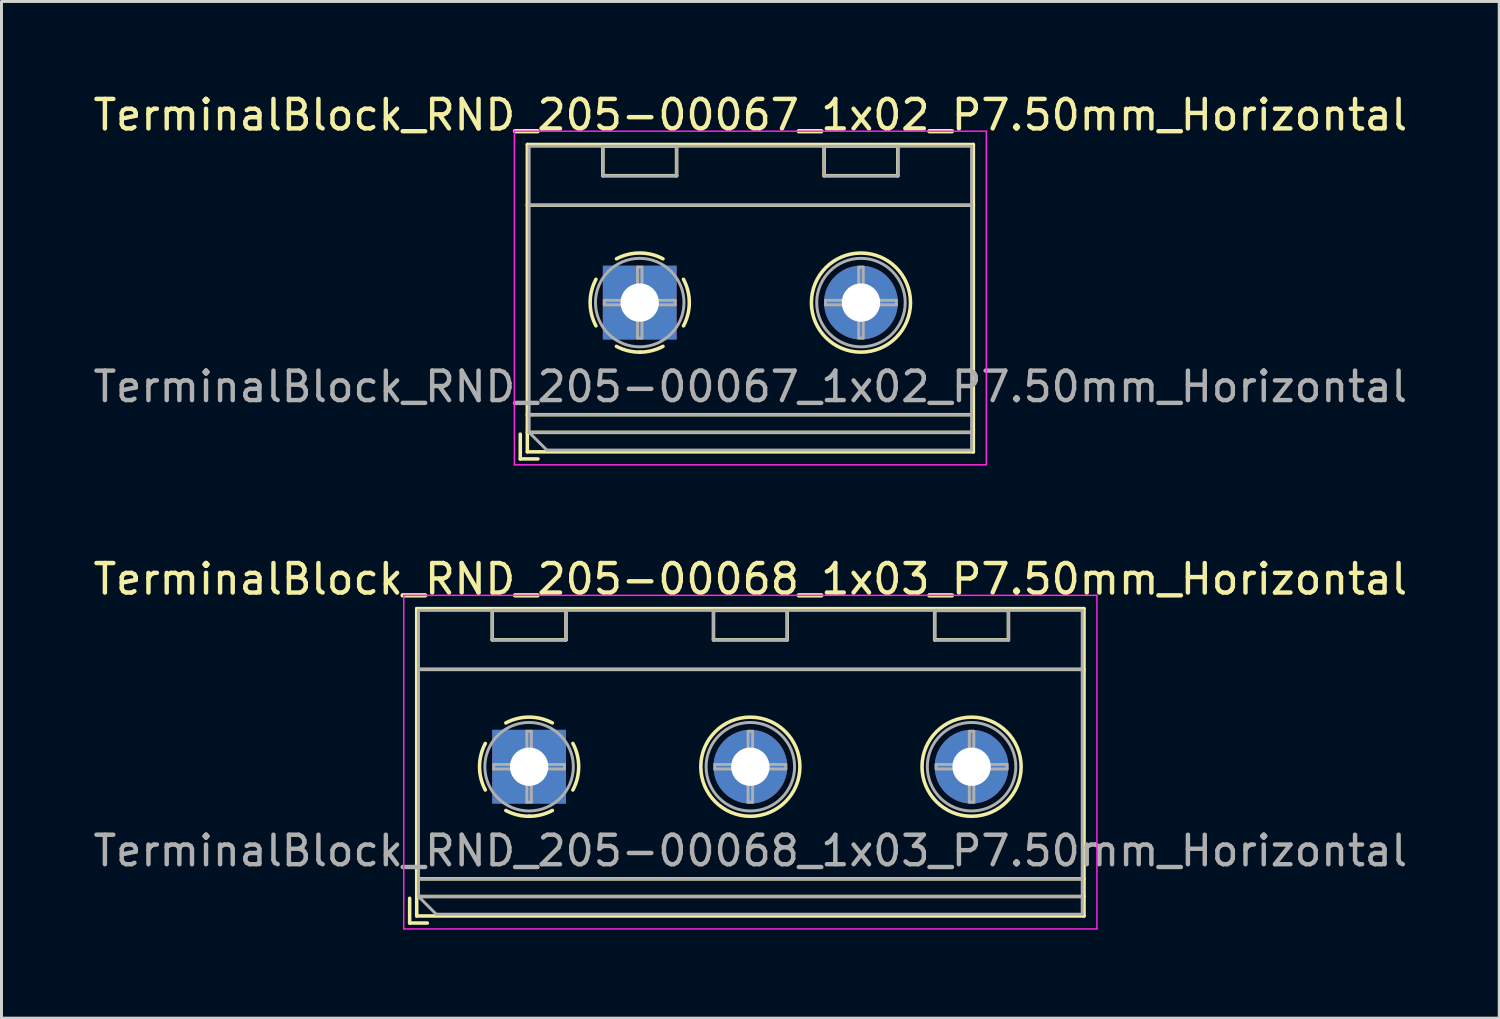
<source format=kicad_pcb>
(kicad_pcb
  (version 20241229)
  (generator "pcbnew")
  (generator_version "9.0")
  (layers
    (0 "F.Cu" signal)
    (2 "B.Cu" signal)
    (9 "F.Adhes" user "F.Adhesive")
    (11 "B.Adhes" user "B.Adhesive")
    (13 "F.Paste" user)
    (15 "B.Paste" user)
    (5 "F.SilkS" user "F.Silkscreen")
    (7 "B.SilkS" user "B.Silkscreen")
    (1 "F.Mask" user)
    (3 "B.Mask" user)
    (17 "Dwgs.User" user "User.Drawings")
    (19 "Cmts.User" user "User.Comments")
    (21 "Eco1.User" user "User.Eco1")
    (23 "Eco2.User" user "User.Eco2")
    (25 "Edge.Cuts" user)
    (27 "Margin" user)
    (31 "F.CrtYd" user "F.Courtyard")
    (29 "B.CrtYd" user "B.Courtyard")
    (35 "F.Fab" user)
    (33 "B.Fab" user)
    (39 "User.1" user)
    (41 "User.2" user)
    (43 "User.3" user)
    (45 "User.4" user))
  (footprint "TerminalBlock_RND_205-00067_1x02_P7.50mm_Horizontal"
    (layer "F.Cu")
    (at 18.637 7.208)
    (property "Reference" "TerminalBlock_RND_205-00067_1x02_P7.50mm_Horizontal" (at 3.75 -6.36 0) (layer "F.SilkS") (effects (font (size 1 1) (thickness 0.15))))
    (attr through_hole)
    (fp_line (start -4.05 4.46) (end -4.05 5.3) (stroke (width 0.12) (type solid)) (layer "F.SilkS"))
    (fp_line (start -4.05 5.3) (end -3.45 5.3) (stroke (width 0.12) (type solid)) (layer "F.SilkS"))
    (fp_line (start -3.81 -5.36) (end -3.81 5.06) (stroke (width 0.12) (type solid)) (layer "F.SilkS"))
    (fp_line (start -3.81 -5.36) (end 11.31 -5.36) (stroke (width 0.12) (type solid)) (layer "F.SilkS"))
    (fp_line (start -3.81 -3.301) (end 11.31 -3.301) (stroke (width 0.12) (type solid)) (layer "F.SilkS"))
    (fp_line (start -3.81 3.8) (end 11.31 3.8) (stroke (width 0.12) (type solid)) (layer "F.SilkS"))
    (fp_line (start -3.81 4.4) (end 11.31 4.4) (stroke (width 0.12) (type solid)) (layer "F.SilkS"))
    (fp_line (start -3.81 5.06) (end 11.31 5.06) (stroke (width 0.12) (type solid)) (layer "F.SilkS"))
    (fp_line (start -1.25 -5.301) (end -1.25 -4.301) (stroke (width 0.12) (type solid)) (layer "F.SilkS"))
    (fp_line (start -1.25 -5.301) (end 1.25 -5.301) (stroke (width 0.12) (type solid)) (layer "F.SilkS"))
    (fp_line (start -1.25 -4.301) (end 1.25 -4.301) (stroke (width 0.12) (type solid)) (layer "F.SilkS"))
    (fp_line (start 1.25 -5.301) (end 1.25 -4.301) (stroke (width 0.12) (type solid)) (layer "F.SilkS"))
    (fp_line (start 6.25 -5.301) (end 6.25 -4.301) (stroke (width 0.12) (type solid)) (layer "F.SilkS"))
    (fp_line (start 6.25 -5.301) (end 8.75 -5.301) (stroke (width 0.12) (type solid)) (layer "F.SilkS"))
    (fp_line (start 6.25 -4.301) (end 8.75 -4.301) (stroke (width 0.12) (type solid)) (layer "F.SilkS"))
    (fp_line (start 8.75 -5.301) (end 8.75 -4.301) (stroke (width 0.12) (type solid)) (layer "F.SilkS"))
    (fp_line (start 11.31 -5.36) (end 11.31 5.06) (stroke (width 0.12) (type solid)) (layer "F.SilkS"))
    (fp_arc (start -1.483953 0.789089) (mid -1.680708 0.00005) (end -1.484 -0.789) (stroke (width 0.12) (type solid)) (layer "F.SilkS"))
    (fp_arc (start -0.789089 -1.483953) (mid -0.00005 -1.680708) (end 0.789 -1.484) (stroke (width 0.12) (type solid)) (layer "F.SilkS"))
    (fp_arc (start 0.029383 1.68045) (mid -0.392304 1.634281) (end -0.789 1.484) (stroke (width 0.12) (type solid)) (layer "F.SilkS"))
    (fp_arc (start 0.788712 1.483352) (mid 0.406429 1.630097) (end 0 1.68) (stroke (width 0.12) (type solid)) (layer "F.SilkS"))
    (fp_arc (start 1.483953 -0.789089) (mid 1.680708 -0.00005) (end 1.484 0.789) (stroke (width 0.12) (type solid)) (layer "F.SilkS"))
    (fp_circle (center 7.5 0) (end 9.18 0) (stroke (width 0.12) (type solid)) (fill no) (layer "F.SilkS"))
    (fp_line (start -4.25 -5.81) (end -4.25 5.5) (stroke (width 0.05) (type solid)) (layer "F.CrtYd"))
    (fp_line (start -4.25 5.5) (end 11.75 5.5) (stroke (width 0.05) (type solid)) (layer "F.CrtYd"))
    (fp_line (start 11.75 -5.81) (end -4.25 -5.81) (stroke (width 0.05) (type solid)) (layer "F.CrtYd"))
    (fp_line (start 11.75 5.5) (end 11.75 -5.81) (stroke (width 0.05) (type solid)) (layer "F.CrtYd"))
    (fp_line (start -3.75 -5.3) (end 11.25 -5.3) (stroke (width 0.1) (type solid)) (layer "F.Fab"))
    (fp_line (start -3.75 -3.3) (end 11.25 -3.3) (stroke (width 0.1) (type solid)) (layer "F.Fab"))
    (fp_line (start -3.75 3.8) (end 11.25 3.8) (stroke (width 0.1) (type solid)) (layer "F.Fab"))
    (fp_line (start -3.75 4.4) (end -3.75 -5.3) (stroke (width 0.1) (type solid)) (layer "F.Fab"))
    (fp_line (start -3.75 4.4) (end 11.25 4.4) (stroke (width 0.1) (type solid)) (layer "F.Fab"))
    (fp_line (start -3.15 5) (end -3.75 4.4) (stroke (width 0.1) (type solid)) (layer "F.Fab"))
    (fp_line (start -1.25 -5.3) (end -1.25 -4.3) (stroke (width 0.1) (type solid)) (layer "F.Fab"))
    (fp_line (start -1.25 -4.3) (end 1.25 -4.3) (stroke (width 0.1) (type solid)) (layer "F.Fab"))
    (fp_line (start -1.201 -0.076) (end -0.076 -0.076) (stroke (width 0.1) (type solid)) (layer "F.Fab"))
    (fp_line (start -1.201 0.076) (end -1.201 -0.076) (stroke (width 0.1) (type solid)) (layer "F.Fab"))
    (fp_line (start -0.076 -1.201) (end 0.076 -1.201) (stroke (width 0.1) (type solid)) (layer "F.Fab"))
    (fp_line (start -0.076 -0.076) (end -0.076 -1.201) (stroke (width 0.1) (type solid)) (layer "F.Fab"))
    (fp_line (start -0.076 0.076) (end -1.201 0.076) (stroke (width 0.1) (type solid)) (layer "F.Fab"))
    (fp_line (start -0.076 1.201) (end -0.076 0.076) (stroke (width 0.1) (type solid)) (layer "F.Fab"))
    (fp_line (start 0.076 -1.201) (end 0.076 -0.076) (stroke (width 0.1) (type solid)) (layer "F.Fab"))
    (fp_line (start 0.076 -0.076) (end 1.201 -0.076) (stroke (width 0.1) (type solid)) (layer "F.Fab"))
    (fp_line (start 0.076 0.076) (end 0.076 1.201) (stroke (width 0.1) (type solid)) (layer "F.Fab"))
    (fp_line (start 0.076 1.201) (end -0.076 1.201) (stroke (width 0.1) (type solid)) (layer "F.Fab"))
    (fp_line (start 1.201 -0.076) (end 1.201 0.076) (stroke (width 0.1) (type solid)) (layer "F.Fab"))
    (fp_line (start 1.201 0.076) (end 0.076 0.076) (stroke (width 0.1) (type solid)) (layer "F.Fab"))
    (fp_line (start 1.25 -5.3) (end -1.25 -5.3) (stroke (width 0.1) (type solid)) (layer "F.Fab"))
    (fp_line (start 1.25 -4.3) (end 1.25 -5.3) (stroke (width 0.1) (type solid)) (layer "F.Fab"))
    (fp_line (start 6.25 -5.3) (end 6.25 -4.3) (stroke (width 0.1) (type solid)) (layer "F.Fab"))
    (fp_line (start 6.25 -4.3) (end 8.75 -4.3) (stroke (width 0.1) (type solid)) (layer "F.Fab"))
    (fp_line (start 6.299 -0.076) (end 7.424 -0.076) (stroke (width 0.1) (type solid)) (layer "F.Fab"))
    (fp_line (start 6.299 0.076) (end 6.299 -0.076) (stroke (width 0.1) (type solid)) (layer "F.Fab"))
    (fp_line (start 7.424 -1.201) (end 7.576 -1.201) (stroke (width 0.1) (type solid)) (layer "F.Fab"))
    (fp_line (start 7.424 -0.076) (end 7.424 -1.201) (stroke (width 0.1) (type solid)) (layer "F.Fab"))
    (fp_line (start 7.424 0.076) (end 6.299 0.076) (stroke (width 0.1) (type solid)) (layer "F.Fab"))
    (fp_line (start 7.424 1.201) (end 7.424 0.076) (stroke (width 0.1) (type solid)) (layer "F.Fab"))
    (fp_line (start 7.576 -1.201) (end 7.576 -0.076) (stroke (width 0.1) (type solid)) (layer "F.Fab"))
    (fp_line (start 7.576 -0.076) (end 8.701 -0.076) (stroke (width 0.1) (type solid)) (layer "F.Fab"))
    (fp_line (start 7.576 0.076) (end 7.576 1.201) (stroke (width 0.1) (type solid)) (layer "F.Fab"))
    (fp_line (start 7.576 1.201) (end 7.424 1.201) (stroke (width 0.1) (type solid)) (layer "F.Fab"))
    (fp_line (start 8.701 -0.076) (end 8.701 0.076) (stroke (width 0.1) (type solid)) (layer "F.Fab"))
    (fp_line (start 8.701 0.076) (end 7.576 0.076) (stroke (width 0.1) (type solid)) (layer "F.Fab"))
    (fp_line (start 8.75 -5.3) (end 6.25 -5.3) (stroke (width 0.1) (type solid)) (layer "F.Fab"))
    (fp_line (start 8.75 -4.3) (end 8.75 -5.3) (stroke (width 0.1) (type solid)) (layer "F.Fab"))
    (fp_line (start 11.25 -5.3) (end 11.25 5) (stroke (width 0.1) (type solid)) (layer "F.Fab"))
    (fp_line (start 11.25 5) (end -3.15 5) (stroke (width 0.1) (type solid)) (layer "F.Fab"))
    (fp_circle (center 0 0) (end 1.5 0) (stroke (width 0.1) (type solid)) (fill no) (layer "F.Fab"))
    (fp_circle (center 7.5 0) (end 9 0) (stroke (width 0.1) (type solid)) (fill no) (layer "F.Fab"))
    (fp_text user "${REFERENCE}" (at 3.75 2.85 0) (layer "F.Fab") (effects (font (size 1 1) (thickness 0.15))))
    (pad "1" thru_hole rect (at 0 0) (size 2.5 2.5) (drill 1.3) (layers "*.Cu" "*.Mask"))
    (pad "2" thru_hole circle (at 7.5 0) (size 2.5 2.5) (drill 1.3) (layers "*.Cu" "*.Mask")))
  (footprint "TerminalBlock_RND_205-00068_1x03_P7.50mm_Horizontal"
    (layer "F.Cu")
    (at 14.887 22.942)
    (property "Reference" "TerminalBlock_RND_205-00068_1x03_P7.50mm_Horizontal" (at 7.5 -6.36 0) (layer "F.SilkS") (effects (font (size 1 1) (thickness 0.15))))
    (attr through_hole)
    (fp_line (start -4.05 4.46) (end -4.05 5.3) (stroke (width 0.12) (type solid)) (layer "F.SilkS"))
    (fp_line (start -4.05 5.3) (end -3.45 5.3) (stroke (width 0.12) (type solid)) (layer "F.SilkS"))
    (fp_line (start -3.81 -5.36) (end -3.81 5.06) (stroke (width 0.12) (type solid)) (layer "F.SilkS"))
    (fp_line (start -3.81 -5.36) (end 18.811 -5.36) (stroke (width 0.12) (type solid)) (layer "F.SilkS"))
    (fp_line (start -3.81 -3.301) (end 18.811 -3.301) (stroke (width 0.12) (type solid)) (layer "F.SilkS"))
    (fp_line (start -3.81 3.8) (end 18.811 3.8) (stroke (width 0.12) (type solid)) (layer "F.SilkS"))
    (fp_line (start -3.81 4.4) (end 18.811 4.4) (stroke (width 0.12) (type solid)) (layer "F.SilkS"))
    (fp_line (start -3.81 5.06) (end 18.811 5.06) (stroke (width 0.12) (type solid)) (layer "F.SilkS"))
    (fp_line (start -1.25 -5.301) (end -1.25 -4.301) (stroke (width 0.12) (type solid)) (layer "F.SilkS"))
    (fp_line (start -1.25 -5.301) (end 1.25 -5.301) (stroke (width 0.12) (type solid)) (layer "F.SilkS"))
    (fp_line (start -1.25 -4.301) (end 1.25 -4.301) (stroke (width 0.12) (type solid)) (layer "F.SilkS"))
    (fp_line (start 1.25 -5.301) (end 1.25 -4.301) (stroke (width 0.12) (type solid)) (layer "F.SilkS"))
    (fp_line (start 6.25 -5.301) (end 6.25 -4.301) (stroke (width 0.12) (type solid)) (layer "F.SilkS"))
    (fp_line (start 6.25 -5.301) (end 8.75 -5.301) (stroke (width 0.12) (type solid)) (layer "F.SilkS"))
    (fp_line (start 6.25 -4.301) (end 8.75 -4.301) (stroke (width 0.12) (type solid)) (layer "F.SilkS"))
    (fp_line (start 8.75 -5.301) (end 8.75 -4.301) (stroke (width 0.12) (type solid)) (layer "F.SilkS"))
    (fp_line (start 13.75 -5.301) (end 13.75 -4.301) (stroke (width 0.12) (type solid)) (layer "F.SilkS"))
    (fp_line (start 13.75 -5.301) (end 16.25 -5.301) (stroke (width 0.12) (type solid)) (layer "F.SilkS"))
    (fp_line (start 13.75 -4.301) (end 16.25 -4.301) (stroke (width 0.12) (type solid)) (layer "F.SilkS"))
    (fp_line (start 16.25 -5.301) (end 16.25 -4.301) (stroke (width 0.12) (type solid)) (layer "F.SilkS"))
    (fp_line (start 18.811 -5.36) (end 18.811 5.06) (stroke (width 0.12) (type solid)) (layer "F.SilkS"))
    (fp_arc (start -1.483953 0.789089) (mid -1.680708 0.00005) (end -1.484 -0.789) (stroke (width 0.12) (type solid)) (layer "F.SilkS"))
    (fp_arc (start -0.789089 -1.483953) (mid -0.00005 -1.680708) (end 0.789 -1.484) (stroke (width 0.12) (type solid)) (layer "F.SilkS"))
    (fp_arc (start 0.029383 1.68045) (mid -0.392304 1.634281) (end -0.789 1.484) (stroke (width 0.12) (type solid)) (layer "F.SilkS"))
    (fp_arc (start 0.788712 1.483352) (mid 0.406429 1.630097) (end 0 1.68) (stroke (width 0.12) (type solid)) (layer "F.SilkS"))
    (fp_arc (start 1.483953 -0.789089) (mid 1.680708 -0.00005) (end 1.484 0.789) (stroke (width 0.12) (type solid)) (layer "F.SilkS"))
    (fp_circle (center 7.5 0) (end 9.18 0) (stroke (width 0.12) (type solid)) (fill no) (layer "F.SilkS"))
    (fp_circle (center 15 0) (end 16.68 0) (stroke (width 0.12) (type solid)) (fill no) (layer "F.SilkS"))
    (fp_line (start -4.25 -5.81) (end -4.25 5.5) (stroke (width 0.05) (type solid)) (layer "F.CrtYd"))
    (fp_line (start -4.25 5.5) (end 19.25 5.5) (stroke (width 0.05) (type solid)) (layer "F.CrtYd"))
    (fp_line (start 19.25 -5.81) (end -4.25 -5.81) (stroke (width 0.05) (type solid)) (layer "F.CrtYd"))
    (fp_line (start 19.25 5.5) (end 19.25 -5.81) (stroke (width 0.05) (type solid)) (layer "F.CrtYd"))
    (fp_line (start -3.75 -5.3) (end 18.75 -5.3) (stroke (width 0.1) (type solid)) (layer "F.Fab"))
    (fp_line (start -3.75 -3.3) (end 18.75 -3.3) (stroke (width 0.1) (type solid)) (layer "F.Fab"))
    (fp_line (start -3.75 3.8) (end 18.75 3.8) (stroke (width 0.1) (type solid)) (layer "F.Fab"))
    (fp_line (start -3.75 4.4) (end -3.75 -5.3) (stroke (width 0.1) (type solid)) (layer "F.Fab"))
    (fp_line (start -3.75 4.4) (end 18.75 4.4) (stroke (width 0.1) (type solid)) (layer "F.Fab"))
    (fp_line (start -3.15 5) (end -3.75 4.4) (stroke (width 0.1) (type solid)) (layer "F.Fab"))
    (fp_line (start -1.25 -5.3) (end -1.25 -4.3) (stroke (width 0.1) (type solid)) (layer "F.Fab"))
    (fp_line (start -1.25 -4.3) (end 1.25 -4.3) (stroke (width 0.1) (type solid)) (layer "F.Fab"))
    (fp_line (start -1.201 -0.076) (end -0.076 -0.076) (stroke (width 0.1) (type solid)) (layer "F.Fab"))
    (fp_line (start -1.201 0.076) (end -1.201 -0.076) (stroke (width 0.1) (type solid)) (layer "F.Fab"))
    (fp_line (start -0.076 -1.201) (end 0.076 -1.201) (stroke (width 0.1) (type solid)) (layer "F.Fab"))
    (fp_line (start -0.076 -0.076) (end -0.076 -1.201) (stroke (width 0.1) (type solid)) (layer "F.Fab"))
    (fp_line (start -0.076 0.076) (end -1.201 0.076) (stroke (width 0.1) (type solid)) (layer "F.Fab"))
    (fp_line (start -0.076 1.201) (end -0.076 0.076) (stroke (width 0.1) (type solid)) (layer "F.Fab"))
    (fp_line (start 0.076 -1.201) (end 0.076 -0.076) (stroke (width 0.1) (type solid)) (layer "F.Fab"))
    (fp_line (start 0.076 -0.076) (end 1.201 -0.076) (stroke (width 0.1) (type solid)) (layer "F.Fab"))
    (fp_line (start 0.076 0.076) (end 0.076 1.201) (stroke (width 0.1) (type solid)) (layer "F.Fab"))
    (fp_line (start 0.076 1.201) (end -0.076 1.201) (stroke (width 0.1) (type solid)) (layer "F.Fab"))
    (fp_line (start 1.201 -0.076) (end 1.201 0.076) (stroke (width 0.1) (type solid)) (layer "F.Fab"))
    (fp_line (start 1.201 0.076) (end 0.076 0.076) (stroke (width 0.1) (type solid)) (layer "F.Fab"))
    (fp_line (start 1.25 -5.3) (end -1.25 -5.3) (stroke (width 0.1) (type solid)) (layer "F.Fab"))
    (fp_line (start 1.25 -4.3) (end 1.25 -5.3) (stroke (width 0.1) (type solid)) (layer "F.Fab"))
    (fp_line (start 6.25 -5.3) (end 6.25 -4.3) (stroke (width 0.1) (type solid)) (layer "F.Fab"))
    (fp_line (start 6.25 -4.3) (end 8.75 -4.3) (stroke (width 0.1) (type solid)) (layer "F.Fab"))
    (fp_line (start 6.299 -0.076) (end 7.424 -0.076) (stroke (width 0.1) (type solid)) (layer "F.Fab"))
    (fp_line (start 6.299 0.076) (end 6.299 -0.076) (stroke (width 0.1) (type solid)) (layer "F.Fab"))
    (fp_line (start 7.424 -1.201) (end 7.576 -1.201) (stroke (width 0.1) (type solid)) (layer "F.Fab"))
    (fp_line (start 7.424 -0.076) (end 7.424 -1.201) (stroke (width 0.1) (type solid)) (layer "F.Fab"))
    (fp_line (start 7.424 0.076) (end 6.299 0.076) (stroke (width 0.1) (type solid)) (layer "F.Fab"))
    (fp_line (start 7.424 1.201) (end 7.424 0.076) (stroke (width 0.1) (type solid)) (layer "F.Fab"))
    (fp_line (start 7.576 -1.201) (end 7.576 -0.076) (stroke (width 0.1) (type solid)) (layer "F.Fab"))
    (fp_line (start 7.576 -0.076) (end 8.701 -0.076) (stroke (width 0.1) (type solid)) (layer "F.Fab"))
    (fp_line (start 7.576 0.076) (end 7.576 1.201) (stroke (width 0.1) (type solid)) (layer "F.Fab"))
    (fp_line (start 7.576 1.201) (end 7.424 1.201) (stroke (width 0.1) (type solid)) (layer "F.Fab"))
    (fp_line (start 8.701 -0.076) (end 8.701 0.076) (stroke (width 0.1) (type solid)) (layer "F.Fab"))
    (fp_line (start 8.701 0.076) (end 7.576 0.076) (stroke (width 0.1) (type solid)) (layer "F.Fab"))
    (fp_line (start 8.75 -5.3) (end 6.25 -5.3) (stroke (width 0.1) (type solid)) (layer "F.Fab"))
    (fp_line (start 8.75 -4.3) (end 8.75 -5.3) (stroke (width 0.1) (type solid)) (layer "F.Fab"))
    (fp_line (start 13.75 -5.3) (end 13.75 -4.3) (stroke (width 0.1) (type solid)) (layer "F.Fab"))
    (fp_line (start 13.75 -4.3) (end 16.25 -4.3) (stroke (width 0.1) (type solid)) (layer "F.Fab"))
    (fp_line (start 13.799 -0.076) (end 14.924 -0.076) (stroke (width 0.1) (type solid)) (layer "F.Fab"))
    (fp_line (start 13.799 0.076) (end 13.799 -0.076) (stroke (width 0.1) (type solid)) (layer "F.Fab"))
    (fp_line (start 14.924 -1.201) (end 15.076 -1.201) (stroke (width 0.1) (type solid)) (layer "F.Fab"))
    (fp_line (start 14.924 -0.076) (end 14.924 -1.201) (stroke (width 0.1) (type solid)) (layer "F.Fab"))
    (fp_line (start 14.924 0.076) (end 13.799 0.076) (stroke (width 0.1) (type solid)) (layer "F.Fab"))
    (fp_line (start 14.924 1.201) (end 14.924 0.076) (stroke (width 0.1) (type solid)) (layer "F.Fab"))
    (fp_line (start 15.076 -1.201) (end 15.076 -0.076) (stroke (width 0.1) (type solid)) (layer "F.Fab"))
    (fp_line (start 15.076 -0.076) (end 16.201 -0.076) (stroke (width 0.1) (type solid)) (layer "F.Fab"))
    (fp_line (start 15.076 0.076) (end 15.076 1.201) (stroke (width 0.1) (type solid)) (layer "F.Fab"))
    (fp_line (start 15.076 1.201) (end 14.924 1.201) (stroke (width 0.1) (type solid)) (layer "F.Fab"))
    (fp_line (start 16.201 -0.076) (end 16.201 0.076) (stroke (width 0.1) (type solid)) (layer "F.Fab"))
    (fp_line (start 16.201 0.076) (end 15.076 0.076) (stroke (width 0.1) (type solid)) (layer "F.Fab"))
    (fp_line (start 16.25 -5.3) (end 13.75 -5.3) (stroke (width 0.1) (type solid)) (layer "F.Fab"))
    (fp_line (start 16.25 -4.3) (end 16.25 -5.3) (stroke (width 0.1) (type solid)) (layer "F.Fab"))
    (fp_line (start 18.75 -5.3) (end 18.75 5) (stroke (width 0.1) (type solid)) (layer "F.Fab"))
    (fp_line (start 18.75 5) (end -3.15 5) (stroke (width 0.1) (type solid)) (layer "F.Fab"))
    (fp_circle (center 0 0) (end 1.5 0) (stroke (width 0.1) (type solid)) (fill no) (layer "F.Fab"))
    (fp_circle (center 7.5 0) (end 9 0) (stroke (width 0.1) (type solid)) (fill no) (layer "F.Fab"))
    (fp_circle (center 15 0) (end 16.5 0) (stroke (width 0.1) (type solid)) (fill no) (layer "F.Fab"))
    (fp_text user "${REFERENCE}" (at 7.5 2.85 0) (layer "F.Fab") (effects (font (size 1 1) (thickness 0.15))))
    (pad "1" thru_hole rect (at 0 0) (size 2.5 2.5) (drill 1.3) (layers "*.Cu" "*.Mask"))
    (pad "2" thru_hole circle (at 7.5 0) (size 2.5 2.5) (drill 1.3) (layers "*.Cu" "*.Mask"))
    (pad "3" thru_hole circle (at 15 0) (size 2.5 2.5) (drill 1.3) (layers "*.Cu" "*.Mask")))
  (gr_rect
    (start -3 -3)
    (end 47.774 31.466)
    (stroke (width 0.1) (type default))
    (fill no)
    (layer "Edge.Cuts")))
</source>
